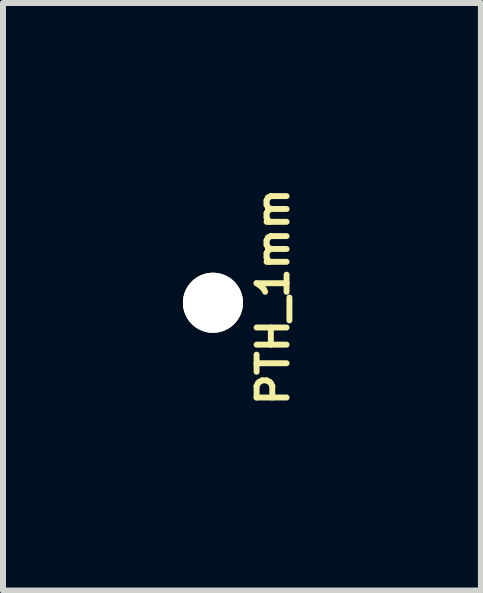
<source format=kicad_pcb>
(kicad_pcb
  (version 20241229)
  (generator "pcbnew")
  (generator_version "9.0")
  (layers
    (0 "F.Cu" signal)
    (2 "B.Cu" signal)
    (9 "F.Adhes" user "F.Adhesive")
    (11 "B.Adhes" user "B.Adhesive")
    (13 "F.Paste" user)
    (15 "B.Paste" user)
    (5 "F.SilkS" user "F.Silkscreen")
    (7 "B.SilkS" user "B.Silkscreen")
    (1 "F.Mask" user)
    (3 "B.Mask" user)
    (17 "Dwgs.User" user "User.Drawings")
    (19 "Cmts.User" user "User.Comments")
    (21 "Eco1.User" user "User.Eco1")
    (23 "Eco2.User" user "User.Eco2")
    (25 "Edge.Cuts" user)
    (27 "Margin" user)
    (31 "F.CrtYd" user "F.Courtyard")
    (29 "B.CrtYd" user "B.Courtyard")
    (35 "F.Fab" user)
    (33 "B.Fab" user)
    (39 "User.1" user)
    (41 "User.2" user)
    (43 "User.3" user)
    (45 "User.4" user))
  (footprint "PTH_1mm"
    (layer "F.Cu")
    (at 0.5 1.997)
    (property "Reference" "PTH_1mm" (at 1.001 -0.099 90) (layer "F.SilkS") (effects (font (size 0.5 0.5) (thickness 0.099))))
    (attr through_hole)
    (pad "1" thru_hole circle (at 0 0) (size 1 1) (drill 1) (layers "*.Cu" "*.Mask" "F.SilkS")))
  (gr_rect
    (start -3 -3)
    (end 4.967 6.795)
    (stroke (width 0.1) (type default))
    (fill no)
    (layer "Edge.Cuts")))
</source>
